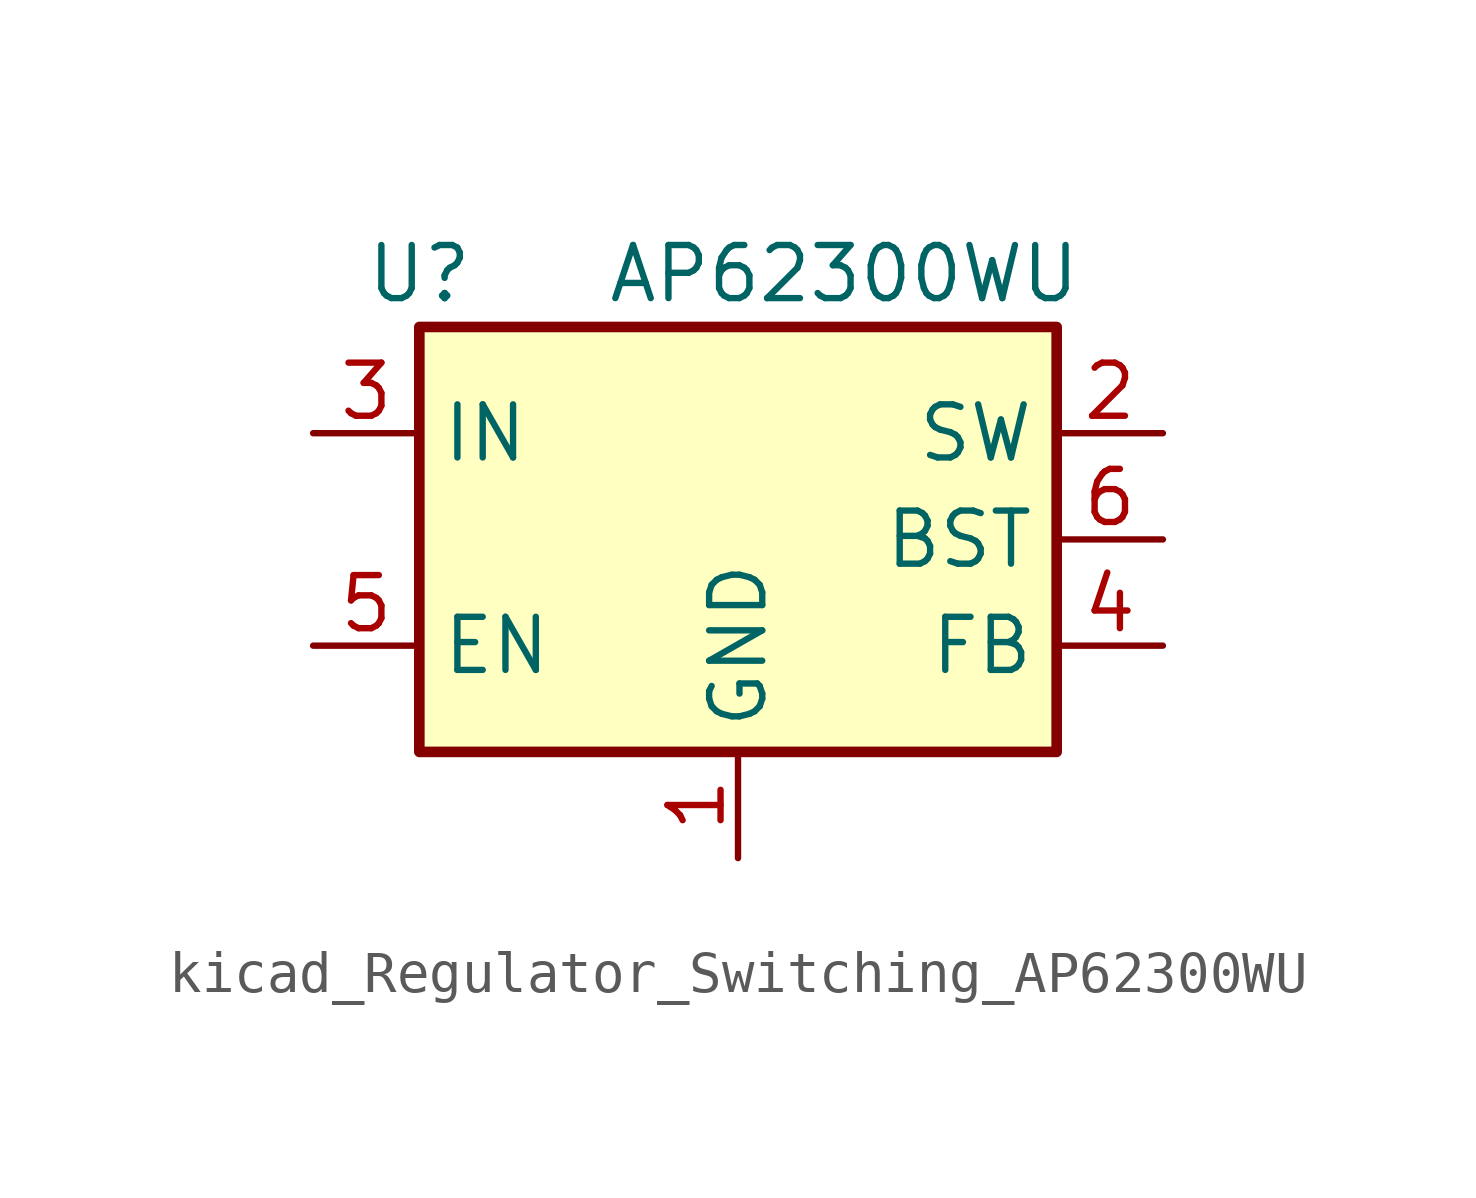
<source format=kicad_sym>
(kicad_symbol_lib
  (version 20220914)
  (generator kicad_symbol_editor)
  (symbol "kicad_Regulator_Switching_AP62300WU"
    (property "Reference" "U"
      (at -7.62 6.35 0)
      (effects (font (size 1.27 1.27))))
    (property "Value" "AP62300WU"
      (at 2.54 6.35 0)
      (effects (font (size 1.27 1.27))))
    (symbol "kicad_Regulator_Switching_AP62300WU_0_1"
      (rectangle (start -7.62 5.08) (end 7.62 -5.08) (stroke (width 0.254) (type default)) (fill (type background))))
    (symbol "kicad_Regulator_Switching_AP62300WU_1_1"
      (pin power_in line (at 0 -7.62 90) (length 2.54) (name "GND" (effects (font (size 1.27 1.27)))) (number "1" (effects (font (size 1.27 1.27)))))
      (pin output line (at 10.16 2.54 180) (length 2.54) (name "SW" (effects (font (size 1.27 1.27)))) (number "2" (effects (font (size 1.27 1.27)))))
      (pin power_in line (at -10.16 2.54 0) (length 2.54) (name "IN" (effects (font (size 1.27 1.27)))) (number "3" (effects (font (size 1.27 1.27)))))
      (pin input line (at 10.16 -2.54 180) (length 2.54) (name "FB" (effects (font (size 1.27 1.27)))) (number "4" (effects (font (size 1.27 1.27)))))
      (pin input line (at -10.16 -2.54 0) (length 2.54) (name "EN" (effects (font (size 1.27 1.27)))) (number "5" (effects (font (size 1.27 1.27)))))
      (pin passive line (at 10.16 0 180) (length 2.54) (name "BST" (effects (font (size 1.27 1.27)))) (number "6" (effects (font (size 1.27 1.27))))))))
</source>
